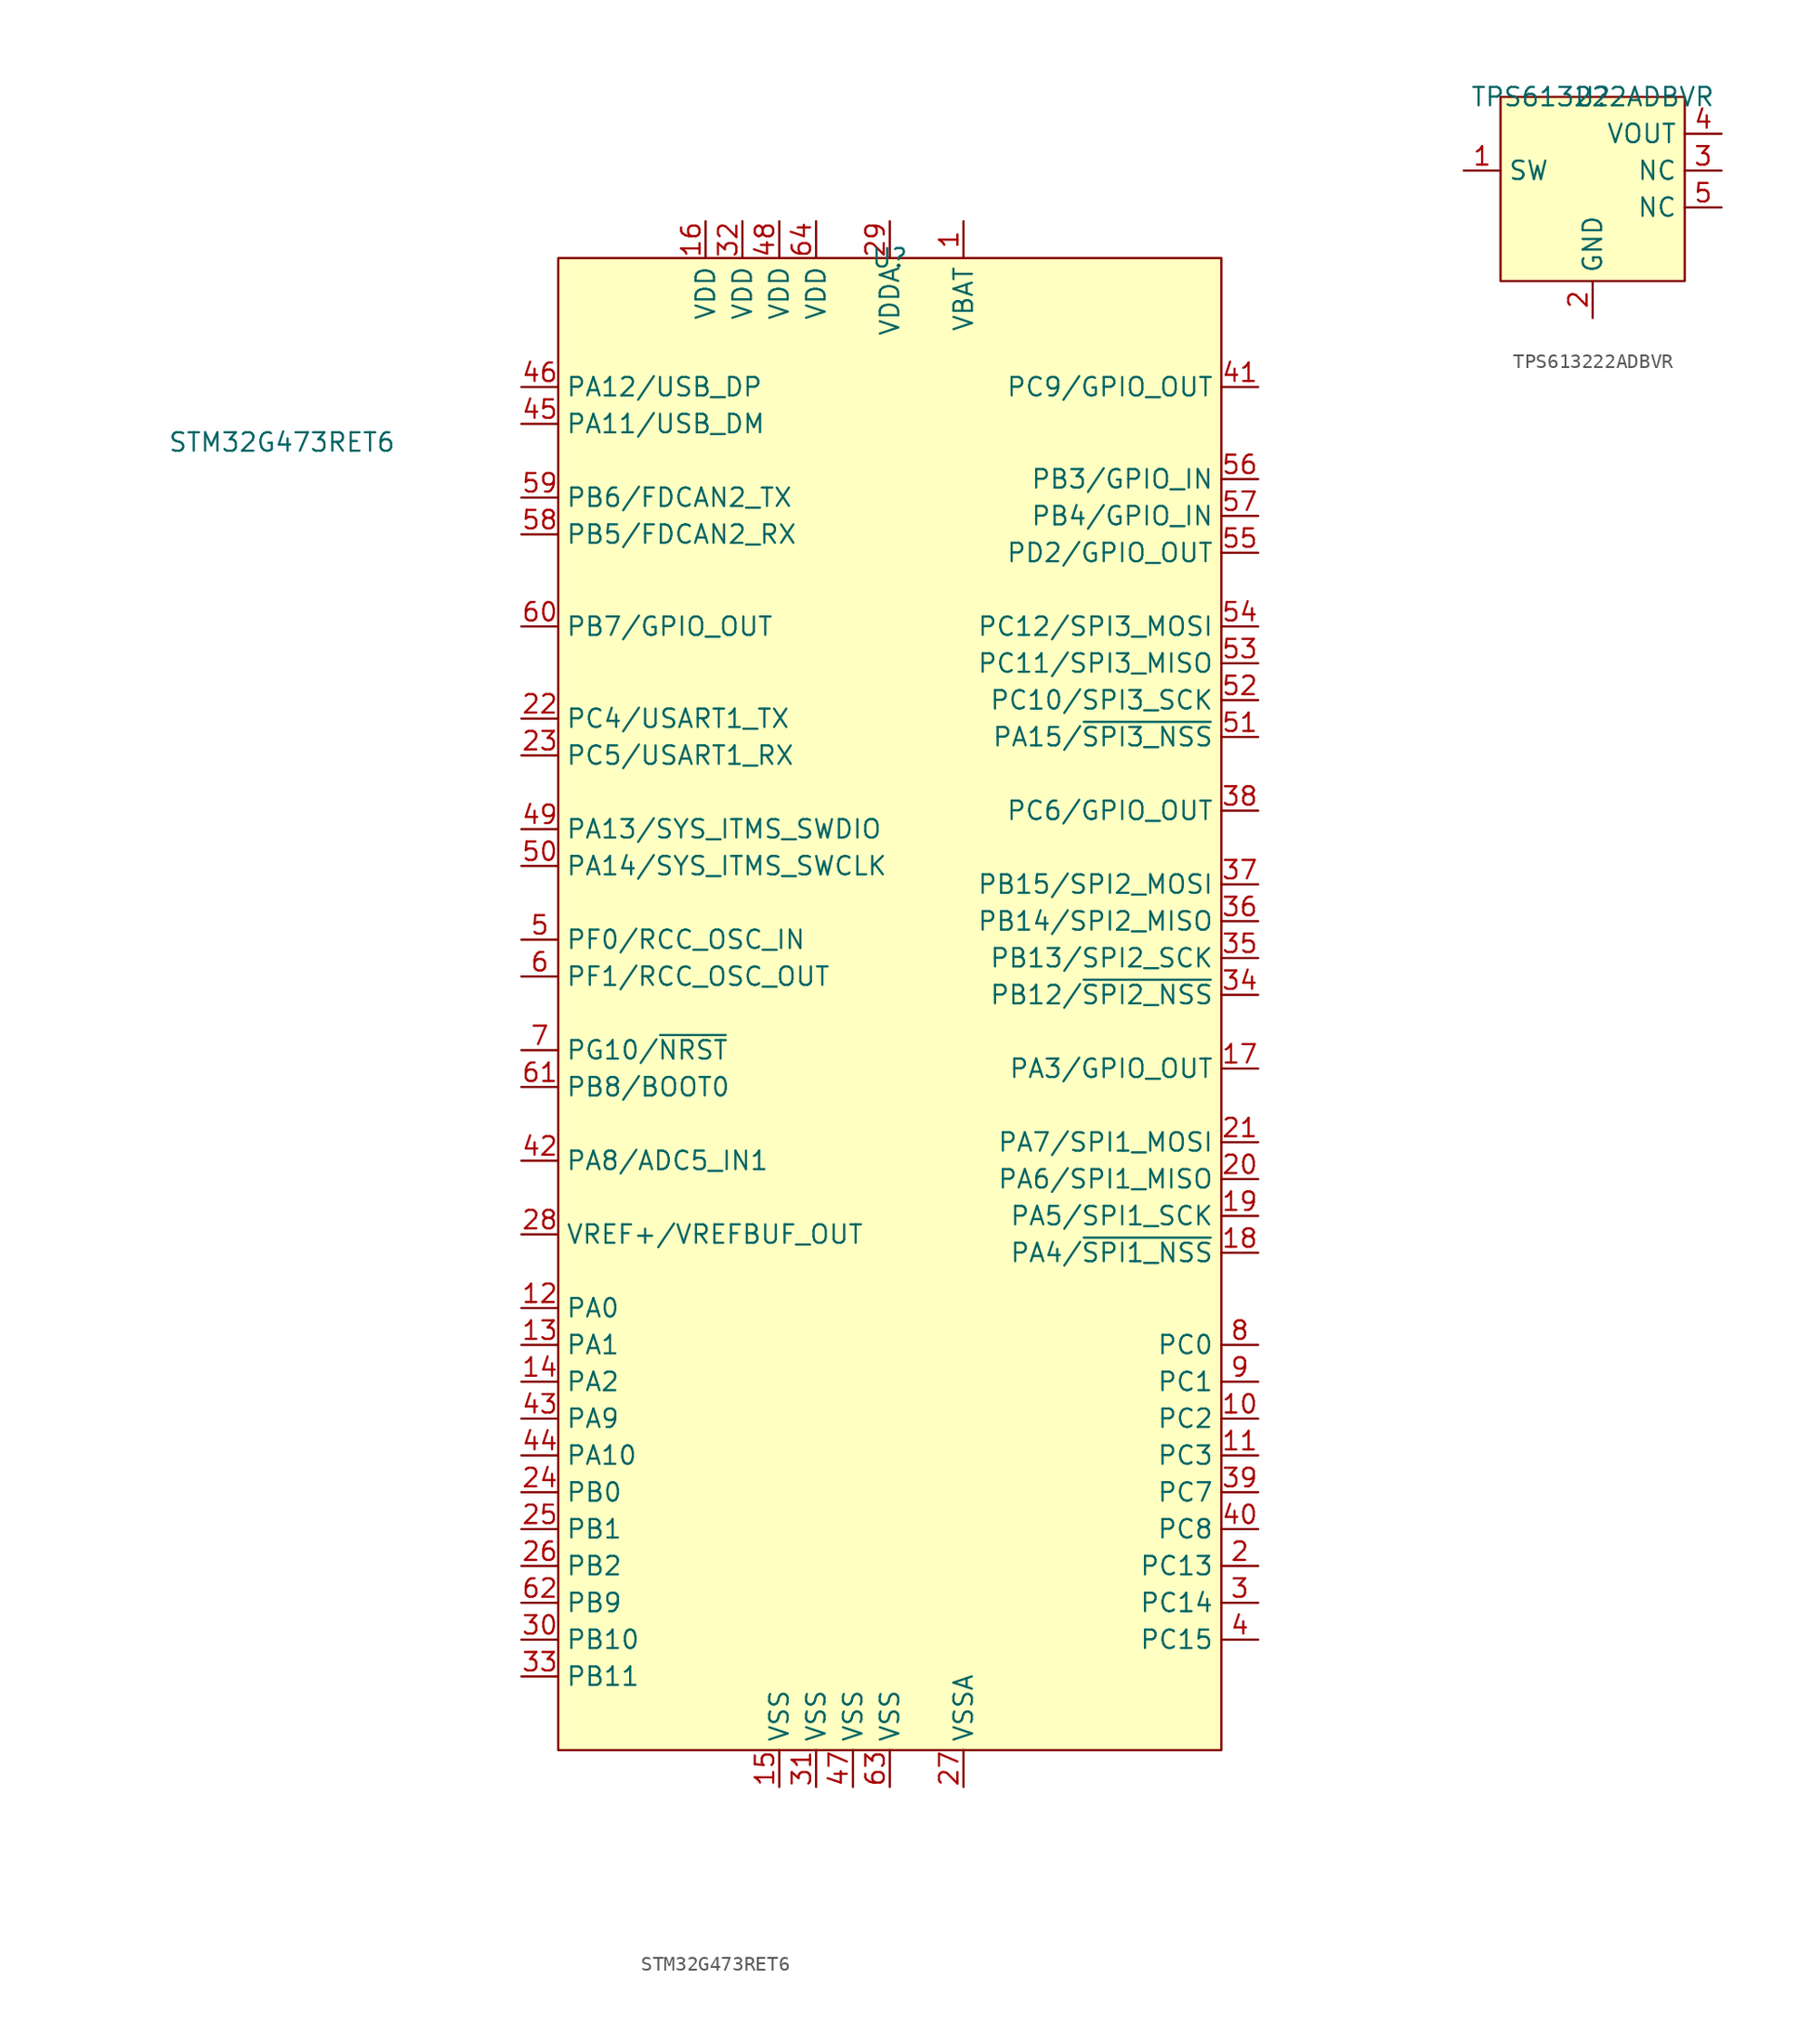
<source format=kicad_sym>
(kicad_symbol_lib
  (version 20220914)
  (generator kicad_symbol_editor)
  (symbol "STM32G473RET6"
    (property "Reference" "U"
      (at 0 0 0)
      (effects (font (size 1.27 1.27))))
    (property "Value" "STM32G473RET6"
      (at -41.91 -12.7 0)
      (effects (font (size 1.27 1.27))))
    (symbol "STM32G473RET6_0_0"
      (pin power_in line (at 5.08 2.54 270) (length 2.54) (name "VBAT" (effects (font (size 1.27 1.27)))) (number "1" (effects (font (size 1.27 1.27)))))
      (pin input line (at 25.4 -80.01 180) (length 2.54) (name "PC2" (effects (font (size 1.27 1.27)))) (number "10" (effects (font (size 1.27 1.27)))))
      (pin input line (at 25.4 -82.55 180) (length 2.54) (name "PC3" (effects (font (size 1.27 1.27)))) (number "11" (effects (font (size 1.27 1.27)))))
      (pin input line (at -25.4 -72.39 0) (length 2.54) (name "PA0" (effects (font (size 1.27 1.27)))) (number "12" (effects (font (size 1.27 1.27)))))
      (pin input line (at -25.4 -74.93 0) (length 2.54) (name "PA1" (effects (font (size 1.27 1.27)))) (number "13" (effects (font (size 1.27 1.27)))))
      (pin input line (at -25.4 -77.47 0) (length 2.54) (name "PA2" (effects (font (size 1.27 1.27)))) (number "14" (effects (font (size 1.27 1.27)))))
      (pin passive line (at -7.62 -105.41 90) (length 2.54) (name "VSS" (effects (font (size 1.27 1.27)))) (number "15" (effects (font (size 1.27 1.27)))))
      (pin power_in line (at -12.7 2.54 270) (length 2.54) (name "VDD" (effects (font (size 1.27 1.27)))) (number "16" (effects (font (size 1.27 1.27)))))
      (pin output line (at 25.4 -55.88 180) (length 2.54) (name "PA3/GPIO_OUT" (effects (font (size 1.27 1.27)))) (number "17" (effects (font (size 1.27 1.27)))))
      (pin output line (at 25.4 -68.58 180) (length 2.54) (name "PA4/~{SPI1_NSS}" (effects (font (size 1.27 1.27)))) (number "18" (effects (font (size 1.27 1.27)))))
      (pin output line (at 25.4 -66.04 180) (length 2.54) (name "PA5/SPI1_SCK" (effects (font (size 1.27 1.27)))) (number "19" (effects (font (size 1.27 1.27)))))
      (pin input line (at 25.4 -90.17 180) (length 2.54) (name "PC13" (effects (font (size 1.27 1.27)))) (number "2" (effects (font (size 1.27 1.27)))))
      (pin input line (at 25.4 -63.5 180) (length 2.54) (name "PA6/SPI1_MISO" (effects (font (size 1.27 1.27)))) (number "20" (effects (font (size 1.27 1.27)))))
      (pin output line (at 25.4 -60.96 180) (length 2.54) (name "PA7/SPI1_MOSI" (effects (font (size 1.27 1.27)))) (number "21" (effects (font (size 1.27 1.27)))))
      (pin output line (at -25.4 -31.75 0) (length 2.54) (name "PC4/USART1_TX" (effects (font (size 1.27 1.27)))) (number "22" (effects (font (size 1.27 1.27)))))
      (pin input line (at -25.4 -34.29 0) (length 2.54) (name "PC5/USART1_RX" (effects (font (size 1.27 1.27)))) (number "23" (effects (font (size 1.27 1.27)))))
      (pin input line (at -25.4 -85.09 0) (length 2.54) (name "PB0" (effects (font (size 1.27 1.27)))) (number "24" (effects (font (size 1.27 1.27)))))
      (pin input line (at -25.4 -87.63 0) (length 2.54) (name "PB1" (effects (font (size 1.27 1.27)))) (number "25" (effects (font (size 1.27 1.27)))))
      (pin input line (at -25.4 -90.17 0) (length 2.54) (name "PB2" (effects (font (size 1.27 1.27)))) (number "26" (effects (font (size 1.27 1.27)))))
      (pin passive line (at 5.08 -105.41 90) (length 2.54) (name "VSSA" (effects (font (size 1.27 1.27)))) (number "27" (effects (font (size 1.27 1.27)))))
      (pin output line (at -25.4 -67.31 0) (length 2.54) (name "VREF+/VREFBUF_OUT" (effects (font (size 1.27 1.27)))) (number "28" (effects (font (size 1.27 1.27)))))
      (pin power_in line (at 0 2.54 270) (length 2.54) (name "VDDA" (effects (font (size 1.27 1.27)))) (number "29" (effects (font (size 1.27 1.27)))))
      (pin input line (at 25.4 -92.71 180) (length 2.54) (name "PC14" (effects (font (size 1.27 1.27)))) (number "3" (effects (font (size 1.27 1.27)))))
      (pin input line (at -25.4 -95.25 0) (length 2.54) (name "PB10" (effects (font (size 1.27 1.27)))) (number "30" (effects (font (size 1.27 1.27)))))
      (pin passive line (at -5.08 -105.41 90) (length 2.54) (name "VSS" (effects (font (size 1.27 1.27)))) (number "31" (effects (font (size 1.27 1.27)))))
      (pin power_in line (at -10.16 2.54 270) (length 2.54) (name "VDD" (effects (font (size 1.27 1.27)))) (number "32" (effects (font (size 1.27 1.27)))))
      (pin input line (at -25.4 -97.79 0) (length 2.54) (name "PB11" (effects (font (size 1.27 1.27)))) (number "33" (effects (font (size 1.27 1.27)))))
      (pin output line (at 25.4 -50.8 180) (length 2.54) (name "PB12/~{SPI2_NSS}" (effects (font (size 1.27 1.27)))) (number "34" (effects (font (size 1.27 1.27)))))
      (pin output line (at 25.4 -48.26 180) (length 2.54) (name "PB13/SPI2_SCK" (effects (font (size 1.27 1.27)))) (number "35" (effects (font (size 1.27 1.27)))))
      (pin input line (at 25.4 -45.72 180) (length 2.54) (name "PB14/SPI2_MISO" (effects (font (size 1.27 1.27)))) (number "36" (effects (font (size 1.27 1.27)))))
      (pin output line (at 25.4 -43.18 180) (length 2.54) (name "PB15/SPI2_MOSI" (effects (font (size 1.27 1.27)))) (number "37" (effects (font (size 1.27 1.27)))))
      (pin output line (at 25.4 -38.1 180) (length 2.54) (name "PC6/GPIO_OUT" (effects (font (size 1.27 1.27)))) (number "38" (effects (font (size 1.27 1.27)))))
      (pin input line (at 25.4 -85.09 180) (length 2.54) (name "PC7" (effects (font (size 1.27 1.27)))) (number "39" (effects (font (size 1.27 1.27)))))
      (pin input line (at 25.4 -95.25 180) (length 2.54) (name "PC15" (effects (font (size 1.27 1.27)))) (number "4" (effects (font (size 1.27 1.27)))))
      (pin output line (at -25.4 -62.23 0) (length 2.54) (name "PA8/ADC5_IN1" (effects (font (size 1.27 1.27)))) (number "42" (effects (font (size 1.27 1.27)))))
      (pin input line (at -25.4 -80.01 0) (length 2.54) (name "PA9" (effects (font (size 1.27 1.27)))) (number "43" (effects (font (size 1.27 1.27)))))
      (pin input line (at -25.4 -82.55 0) (length 2.54) (name "PA10" (effects (font (size 1.27 1.27)))) (number "44" (effects (font (size 1.27 1.27)))))
      (pin bidirectional line (at -25.4 -11.43 0) (length 2.54) (name "PA11/USB_DM" (effects (font (size 1.27 1.27)))) (number "45" (effects (font (size 1.27 1.27)))))
      (pin bidirectional line (at -25.4 -8.89 0) (length 2.54) (name "PA12/USB_DP" (effects (font (size 1.27 1.27)))) (number "46" (effects (font (size 1.27 1.27)))))
      (pin passive line (at -2.54 -105.41 90) (length 2.54) (name "VSS" (effects (font (size 1.27 1.27)))) (number "47" (effects (font (size 1.27 1.27)))))
      (pin open_emitter line (at -7.62 2.54 270) (length 2.54) (name "VDD" (effects (font (size 1.27 1.27)))) (number "48" (effects (font (size 1.27 1.27)))))
      (pin bidirectional line (at -25.4 -39.37 0) (length 2.54) (name "PA13/SYS_ITMS_SWDIO" (effects (font (size 1.27 1.27)))) (number "49" (effects (font (size 1.27 1.27)))))
      (pin input line (at -25.4 -46.99 0) (length 2.54) (name "PF0/RCC_OSC_IN" (effects (font (size 1.27 1.27)))) (number "5" (effects (font (size 1.27 1.27)))))
      (pin input line (at -25.4 -41.91 0) (length 2.54) (name "PA14/SYS_ITMS_SWCLK" (effects (font (size 1.27 1.27)))) (number "50" (effects (font (size 1.27 1.27)))))
      (pin output line (at 25.4 -33.02 180) (length 2.54) (name "PA15/~{SPI3_NSS}" (effects (font (size 1.27 1.27)))) (number "51" (effects (font (size 1.27 1.27)))))
      (pin output line (at 25.4 -30.48 180) (length 2.54) (name "PC10/SPI3_SCK" (effects (font (size 1.27 1.27)))) (number "52" (effects (font (size 1.27 1.27)))))
      (pin input line (at 25.4 -27.94 180) (length 2.54) (name "PC11/SPI3_MISO" (effects (font (size 1.27 1.27)))) (number "53" (effects (font (size 1.27 1.27)))))
      (pin output line (at 25.4 -25.4 180) (length 2.54) (name "PC12/SPI3_MOSI" (effects (font (size 1.27 1.27)))) (number "54" (effects (font (size 1.27 1.27)))))
      (pin output line (at 25.4 -20.32 180) (length 2.54) (name "PD2/GPIO_OUT" (effects (font (size 1.27 1.27)))) (number "55" (effects (font (size 1.27 1.27)))))
      (pin input line (at -25.4 -19.05 0) (length 2.54) (name "PB5/FDCAN2_RX" (effects (font (size 1.27 1.27)))) (number "58" (effects (font (size 1.27 1.27)))))
      (pin output line (at -25.4 -16.51 0) (length 2.54) (name "PB6/FDCAN2_TX" (effects (font (size 1.27 1.27)))) (number "59" (effects (font (size 1.27 1.27)))))
      (pin output line (at -25.4 -49.53 0) (length 2.54) (name "PF1/RCC_OSC_OUT" (effects (font (size 1.27 1.27)))) (number "6" (effects (font (size 1.27 1.27)))))
      (pin input line (at -25.4 -57.15 0) (length 2.54) (name "PB8/BOOT0" (effects (font (size 1.27 1.27)))) (number "61" (effects (font (size 1.27 1.27)))))
      (pin input line (at -25.4 -92.71 0) (length 2.54) (name "PB9" (effects (font (size 1.27 1.27)))) (number "62" (effects (font (size 1.27 1.27)))))
      (pin passive line (at 0 -105.41 90) (length 2.54) (name "VSS" (effects (font (size 1.27 1.27)))) (number "63" (effects (font (size 1.27 1.27)))))
      (pin power_in line (at -5.08 2.54 270) (length 2.54) (name "VDD" (effects (font (size 1.27 1.27)))) (number "64" (effects (font (size 1.27 1.27)))))
      (pin input line (at -25.4 -54.61 0) (length 2.54) (name "PG10/~{NRST}" (effects (font (size 1.27 1.27)))) (number "7" (effects (font (size 1.27 1.27)))))
      (pin input line (at 25.4 -74.93 180) (length 2.54) (name "PC0" (effects (font (size 1.27 1.27)))) (number "8" (effects (font (size 1.27 1.27)))))
      (pin input line (at 25.4 -77.47 180) (length 2.54) (name "PC1" (effects (font (size 1.27 1.27)))) (number "9" (effects (font (size 1.27 1.27))))))
    (symbol "STM32G473RET6_1_0"
      (pin input line (at 25.4 -87.63 180) (length 2.54) (name "PC8" (effects (font (size 1.27 1.27)))) (number "40" (effects (font (size 1.27 1.27)))))
      (pin output line (at 25.4 -8.89 180) (length 2.54) (name "PC9/GPIO_OUT" (effects (font (size 1.27 1.27)))) (number "41" (effects (font (size 1.27 1.27)))))
      (pin input line (at 25.4 -15.24 180) (length 2.54) (name "PB3/GPIO_IN" (effects (font (size 1.27 1.27)))) (number "56" (effects (font (size 1.27 1.27)))))
      (pin input line (at 25.4 -17.78 180) (length 2.54) (name "PB4/GPIO_IN" (effects (font (size 1.27 1.27)))) (number "57" (effects (font (size 1.27 1.27)))))
      (pin input line (at -25.4 -25.4 0) (length 2.54) (name "PB7/GPIO_OUT" (effects (font (size 1.27 1.27)))) (number "60" (effects (font (size 1.27 1.27))))))
    (symbol "STM32G473RET6_1_1"
      (rectangle (start -22.86 0) (end 22.86 -102.87) (stroke (width 0) (type default)) (fill (type background)))))
  (symbol "TPS613222ADBVR"
    (property "Reference" "U"
      (at 0 0 0)
      (effects (font (size 1.27 1.27))))
    (property "Value" "TPS613222ADBVR"
      (at 0 0 0)
      (effects (font (size 1.27 1.27))))
    (symbol "TPS613222ADBVR_1_1"
      (rectangle (start -6.35 0) (end 6.35 -12.7) (stroke (width 0) (type default)) (fill (type background)))
      (pin power_in line (at -8.89 -5.08 0) (length 2.54) (name "SW" (effects (font (size 1.27 1.27)))) (number "1" (effects (font (size 1.27 1.27)))))
      (pin passive line (at 0 -15.24 90) (length 2.54) (name "GND" (effects (font (size 1.27 1.27)))) (number "2" (effects (font (size 1.27 1.27)))))
      (pin passive line (at 8.89 -5.08 180) (length 2.54) (name "NC" (effects (font (size 1.27 1.27)))) (number "3" (effects (font (size 1.27 1.27)))))
      (pin power_out line (at 8.89 -2.54 180) (length 2.54) (name "VOUT" (effects (font (size 1.27 1.27)))) (number "4" (effects (font (size 1.27 1.27)))))
      (pin passive line (at 8.89 -7.62 180) (length 2.54) (name "NC" (effects (font (size 1.27 1.27)))) (number "5" (effects (font (size 1.27 1.27))))))))
</source>
